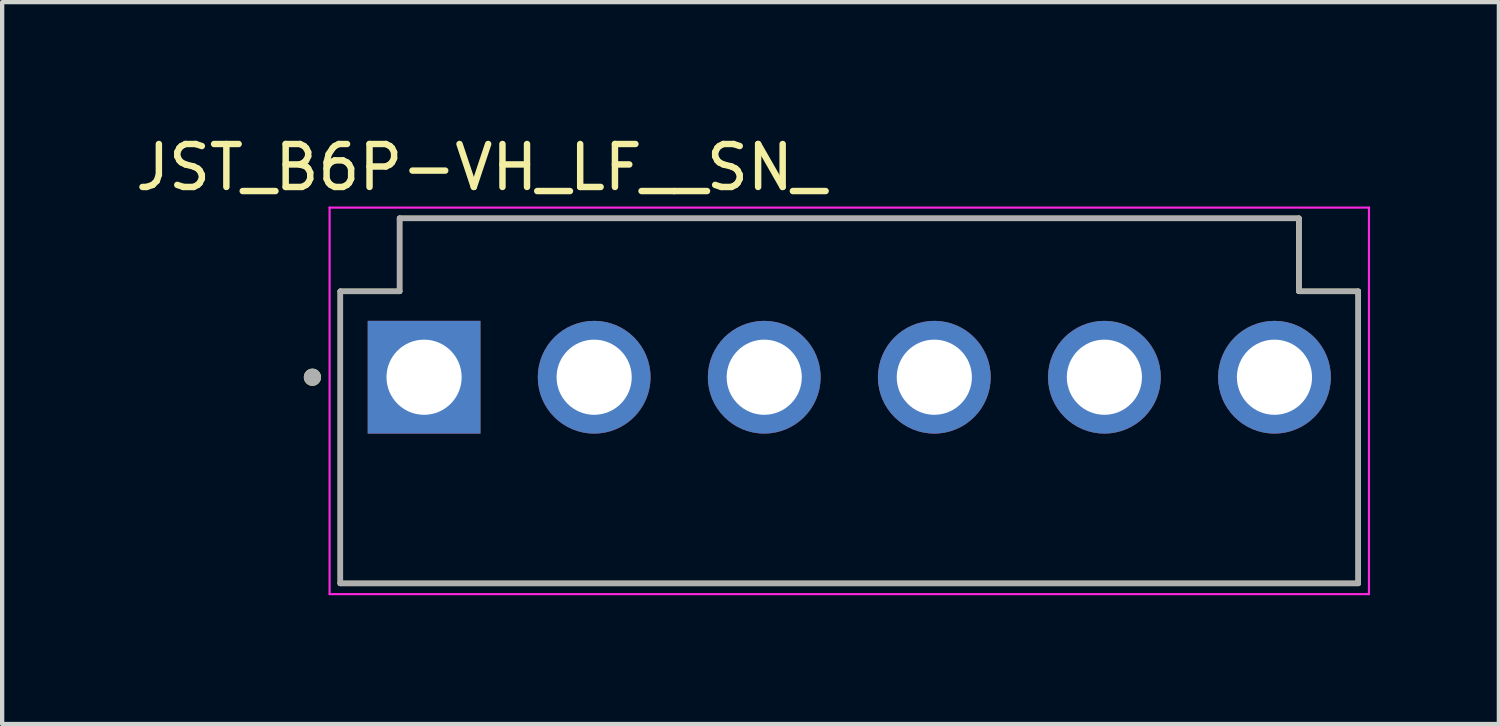
<source format=kicad_pcb>
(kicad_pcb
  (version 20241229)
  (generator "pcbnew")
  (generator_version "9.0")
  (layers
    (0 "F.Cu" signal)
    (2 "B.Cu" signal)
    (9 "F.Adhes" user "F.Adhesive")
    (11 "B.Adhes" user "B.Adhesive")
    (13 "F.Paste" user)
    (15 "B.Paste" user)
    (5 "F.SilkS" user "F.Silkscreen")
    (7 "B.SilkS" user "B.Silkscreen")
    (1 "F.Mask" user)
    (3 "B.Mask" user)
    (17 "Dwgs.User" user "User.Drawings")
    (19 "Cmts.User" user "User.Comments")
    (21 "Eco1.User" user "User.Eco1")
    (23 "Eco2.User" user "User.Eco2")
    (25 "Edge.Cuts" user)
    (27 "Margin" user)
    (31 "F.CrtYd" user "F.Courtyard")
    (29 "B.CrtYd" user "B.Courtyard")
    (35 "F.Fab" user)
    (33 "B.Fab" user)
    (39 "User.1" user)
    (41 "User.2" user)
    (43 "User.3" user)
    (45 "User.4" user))
  (footprint "JST_B6P-VH_LF__SN_"
    (layer "F.Cu")
    (at 16.724 5.733)
    (property "Reference" "JST_B6P-VH_LF__SN_" (at -8.575 -4.885 0) (layer "F.SilkS") (effects (font (size 1 1) (thickness 0.15))))
    (attr through_hole)
    (fp_line (start -11.85 -2) (end -10.47 -2) (stroke (width 0.127) (type solid)) (layer "F.SilkS"))
    (fp_line (start -11.85 4.8) (end -11.85 -2) (stroke (width 0.127) (type solid)) (layer "F.SilkS"))
    (fp_line (start -10.47 -3.7) (end 10.47 -3.7) (stroke (width 0.127) (type solid)) (layer "F.SilkS"))
    (fp_line (start -10.47 -2) (end -10.47 -3.7) (stroke (width 0.127) (type solid)) (layer "F.SilkS"))
    (fp_line (start 10.47 -3.7) (end 10.47 -2) (stroke (width 0.127) (type solid)) (layer "F.SilkS"))
    (fp_line (start 10.47 -2) (end 11.85 -2) (stroke (width 0.127) (type solid)) (layer "F.SilkS"))
    (fp_line (start 11.85 -2) (end 11.85 4.8) (stroke (width 0.127) (type solid)) (layer "F.SilkS"))
    (fp_line (start 11.85 4.8) (end -11.85 4.8) (stroke (width 0.127) (type solid)) (layer "F.SilkS"))
    (fp_circle (center -12.5 0) (end -12.4 0) (stroke (width 0.2) (type solid)) (fill no) (layer "F.SilkS"))
    (fp_line (start -12.1 -3.95) (end -12.1 5.05) (stroke (width 0.05) (type solid)) (layer "F.CrtYd"))
    (fp_line (start -12.1 5.05) (end 12.1 5.05) (stroke (width 0.05) (type solid)) (layer "F.CrtYd"))
    (fp_line (start 12.1 -3.95) (end -12.1 -3.95) (stroke (width 0.05) (type solid)) (layer "F.CrtYd"))
    (fp_line (start 12.1 5.05) (end 12.1 -3.95) (stroke (width 0.05) (type solid)) (layer "F.CrtYd"))
    (fp_line (start -11.85 -2) (end -10.47 -2) (stroke (width 0.127) (type solid)) (layer "F.Fab"))
    (fp_line (start -11.85 4.8) (end -11.85 -2) (stroke (width 0.127) (type solid)) (layer "F.Fab"))
    (fp_line (start -10.47 -3.7) (end 10.47 -3.7) (stroke (width 0.127) (type solid)) (layer "F.Fab"))
    (fp_line (start -10.47 -2) (end -10.47 -3.7) (stroke (width 0.127) (type solid)) (layer "F.Fab"))
    (fp_line (start 10.47 -3.7) (end 10.47 -2) (stroke (width 0.127) (type solid)) (layer "F.Fab"))
    (fp_line (start 10.47 -2) (end 11.85 -2) (stroke (width 0.127) (type solid)) (layer "F.Fab"))
    (fp_line (start 11.85 -2) (end 11.85 4.8) (stroke (width 0.127) (type solid)) (layer "F.Fab"))
    (fp_line (start 11.85 4.8) (end -11.85 4.8) (stroke (width 0.127) (type solid)) (layer "F.Fab"))
    (fp_circle (center -12.5 0) (end -12.4 0) (stroke (width 0.2) (type solid)) (fill no) (layer "F.Fab"))
    (pad "1" thru_hole rect (at -9.9 0) (size 2.625 2.625) (drill 1.75) (layers "*.Cu" "*.Mask"))
    (pad "2" thru_hole circle (at -5.94 0) (size 2.625 2.625) (drill 1.75) (layers "*.Cu" "*.Mask"))
    (pad "3" thru_hole circle (at -1.98 0) (size 2.625 2.625) (drill 1.75) (layers "*.Cu" "*.Mask"))
    (pad "4" thru_hole circle (at 1.98 0) (size 2.625 2.625) (drill 1.75) (layers "*.Cu" "*.Mask"))
    (pad "5" thru_hole circle (at 5.94 0) (size 2.625 2.625) (drill 1.75) (layers "*.Cu" "*.Mask"))
    (pad "6" thru_hole circle (at 9.9 0) (size 2.625 2.625) (drill 1.75) (layers "*.Cu" "*.Mask")))
  (gr_rect
    (start -3 -3)
    (end 31.849 13.808)
    (stroke (width 0.1) (type default))
    (fill no)
    (layer "Edge.Cuts")))
</source>
